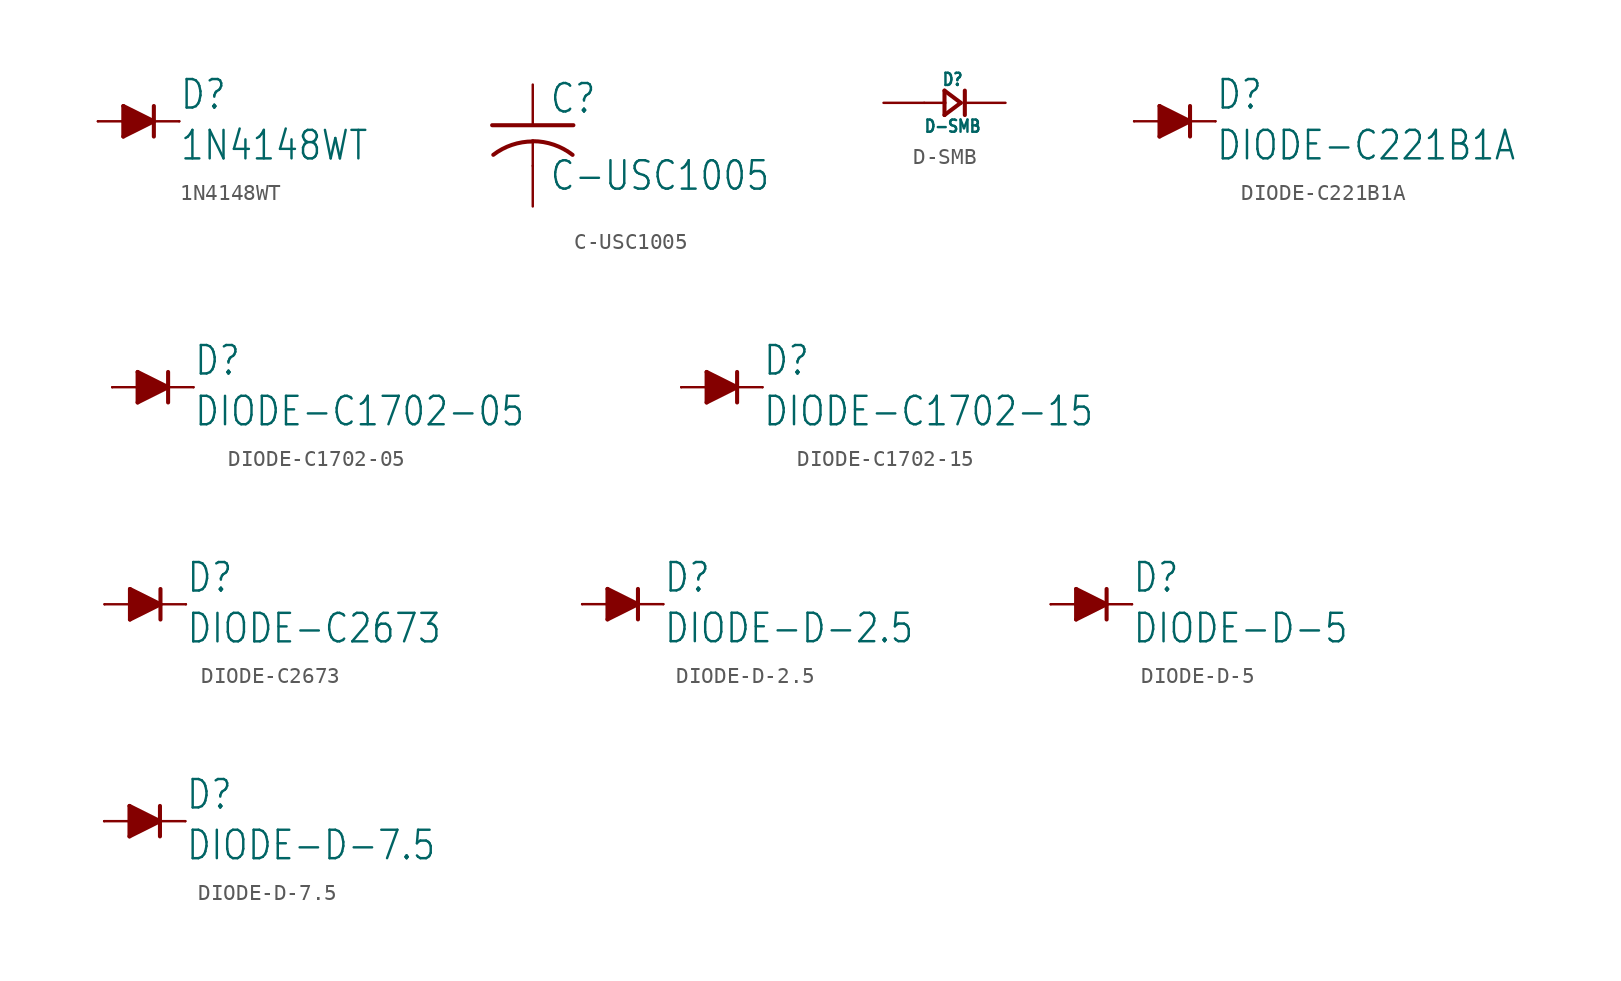
<source format=kicad_sym>
(kicad_symbol_lib
  (version 20211014)
  (generator kicad_symbol_editor)
  (symbol "1N4148WT"
    (property "Reference" "D"
      (at 2.54 0.635 0)
      (effects (font (size 1.778 1.511)) (justify left bottom)))
    (property "Value" "1N4148WT"
      (at 2.54 -2.54 0)
      (effects (font (size 1.778 1.511)) (justify left bottom)))
    (property "ki_locked" ""
      (at 0 0 0)
      (effects (font (size 1.27 1.27))))
    (symbol "1N4148WT_1_0"
      (polyline (pts (xy -0.953 -0.953) (xy 0.953 0)) (stroke (width 0.254) (type default) (color 0 0 0 0)) (fill (type none)))
      (polyline (pts (xy -0.953 0) (xy -2.54 0)) (stroke (width 0.152) (type default) (color 0 0 0 0)) (fill (type none)))
      (polyline (pts (xy -0.953 0) (xy -0.953 -0.953)) (stroke (width 0.254) (type default) (color 0 0 0 0)) (fill (type none)))
      (polyline (pts (xy -0.953 0.953) (xy -0.953 0)) (stroke (width 0.254) (type default) (color 0 0 0 0)) (fill (type none)))
      (polyline (pts (xy 0.953 0) (xy -0.953 0.953)) (stroke (width 0.254) (type default) (color 0 0 0 0)) (fill (type none)))
      (polyline (pts (xy 0.953 0) (xy 0.953 -0.953)) (stroke (width 0.254) (type default) (color 0 0 0 0)) (fill (type none)))
      (polyline (pts (xy 0.953 0) (xy 2.54 0)) (stroke (width 0.152) (type default) (color 0 0 0 0)) (fill (type none)))
      (polyline (pts (xy 0.953 0.953) (xy 0.953 0)) (stroke (width 0.254) (type default) (color 0 0 0 0)) (fill (type none)))
      (polyline (pts (xy -0.953 0.953) (xy 0.953 0) (xy -0.953 -0.953)) (stroke (width 0) (type default) (color 0 0 0 0)) (fill (type outline)))
      (pin passive line (at -2.54 0 0) (length 0) (name "A" (effects (font (size 0 0)))) (number "A" (effects (font (size 0 0)))))
      (pin passive line (at 2.54 0 180) (length 0) (name "C" (effects (font (size 0 0)))) (number "C" (effects (font (size 0 0)))))))
  (symbol "C-USC1005"
    (property "Reference" "C"
      (at 1.016 0.635 0)
      (effects (font (size 1.778 1.511)) (justify left bottom)))
    (property "Value" "C-USC1005"
      (at 1.016 -4.191 0)
      (effects (font (size 1.778 1.511)) (justify left bottom)))
    (property "ki_locked" ""
      (at 0 0 0)
      (effects (font (size 1.27 1.27))))
    (symbol "C-USC1005_1_0"
      (arc (start 0 -1.0161) (mid -1.302 -1.2303) (end -2.4668 -1.8504) (stroke (width 0.254) (type default) (color 0 0 0 0)) (fill (type none)))
      (polyline (pts (xy -2.54 0) (xy 2.54 0)) (stroke (width 0.254) (type default) (color 0 0 0 0)) (fill (type none)))
      (polyline (pts (xy 0 -1.016) (xy 0 -2.54)) (stroke (width 0.152) (type default) (color 0 0 0 0)) (fill (type none)))
      (arc (start 2.4892 -1.8542) (mid 1.3158 -1.2195) (end 0 -1) (stroke (width 0.254) (type default) (color 0 0 0 0)) (fill (type none)))
      (pin passive line (at 0 2.54 270) (length 2.54) (name "1" (effects (font (size 0 0)))) (number "1" (effects (font (size 0 0)))))
      (pin passive line (at 0 -5.08 90) (length 2.54) (name "2" (effects (font (size 0 0)))) (number "2" (effects (font (size 0 0)))))))
  (symbol "D-SMB"
    (property "Reference" "D"
      (at 0.508 1.016 0)
      (effects (font (size 0.762 0.648)) (justify bottom)))
    (property "Value" "D-SMB"
      (at 0.508 -1.016 0)
      (effects (font (size 0.762 0.648)) (justify top)))
    (property "ki_locked" ""
      (at 0 0 0)
      (effects (font (size 1.27 1.27))))
    (symbol "D-SMB_1_0"
      (polyline (pts (xy -1.27 0) (xy 0 0)) (stroke (width 0.152) (type default) (color 0 0 0 0)) (fill (type none)))
      (polyline (pts (xy 0 -0.762) (xy 0 0)) (stroke (width 0.254) (type default) (color 0 0 0 0)) (fill (type none)))
      (polyline (pts (xy 0 -0.762) (xy 1.016 0)) (stroke (width 0.254) (type default) (color 0 0 0 0)) (fill (type none)))
      (polyline (pts (xy 0 0) (xy 0 0.762)) (stroke (width 0.254) (type default) (color 0 0 0 0)) (fill (type none)))
      (polyline (pts (xy 0 0.762) (xy 1.016 0)) (stroke (width 0.254) (type default) (color 0 0 0 0)) (fill (type none)))
      (polyline (pts (xy 1.27 0.762) (xy 1.27 -0.762)) (stroke (width 0.254) (type default) (color 0 0 0 0)) (fill (type none)))
      (pin passive line (at -3.81 0 0) (length 2.54) (name "+" (effects (font (size 0 0)))) (number "+" (effects (font (size 0 0)))))
      (pin passive line (at 3.81 0 180) (length 2.54) (name "-" (effects (font (size 0 0)))) (number "-" (effects (font (size 0 0)))))))
  (symbol "DIODE-C221B1A"
    (property "Reference" "D"
      (at 2.54 0.635 0)
      (effects (font (size 1.778 1.511)) (justify left bottom)))
    (property "Value" "DIODE-C221B1A"
      (at 2.54 -2.54 0)
      (effects (font (size 1.778 1.511)) (justify left bottom)))
    (property "ki_locked" ""
      (at 0 0 0)
      (effects (font (size 1.27 1.27))))
    (symbol "DIODE-C221B1A_1_0"
      (polyline (pts (xy -0.953 -0.953) (xy 0.953 0)) (stroke (width 0.254) (type default) (color 0 0 0 0)) (fill (type none)))
      (polyline (pts (xy -0.953 0) (xy -2.54 0)) (stroke (width 0.152) (type default) (color 0 0 0 0)) (fill (type none)))
      (polyline (pts (xy -0.953 0) (xy -0.953 -0.953)) (stroke (width 0.254) (type default) (color 0 0 0 0)) (fill (type none)))
      (polyline (pts (xy -0.953 0.953) (xy -0.953 0)) (stroke (width 0.254) (type default) (color 0 0 0 0)) (fill (type none)))
      (polyline (pts (xy 0.953 0) (xy -0.953 0.953)) (stroke (width 0.254) (type default) (color 0 0 0 0)) (fill (type none)))
      (polyline (pts (xy 0.953 0) (xy 0.953 -0.953)) (stroke (width 0.254) (type default) (color 0 0 0 0)) (fill (type none)))
      (polyline (pts (xy 0.953 0) (xy 2.54 0)) (stroke (width 0.152) (type default) (color 0 0 0 0)) (fill (type none)))
      (polyline (pts (xy 0.953 0.953) (xy 0.953 0)) (stroke (width 0.254) (type default) (color 0 0 0 0)) (fill (type none)))
      (polyline (pts (xy -0.953 0.953) (xy 0.953 0) (xy -0.953 -0.953)) (stroke (width 0) (type default) (color 0 0 0 0)) (fill (type outline)))
      (pin passive line (at -2.54 0 0) (length 0) (name "A" (effects (font (size 0 0)))) (number "A" (effects (font (size 0 0)))))
      (pin passive line (at 2.54 0 180) (length 0) (name "C" (effects (font (size 0 0)))) (number "C" (effects (font (size 0 0)))))))
  (symbol "DIODE-C1702-05"
    (property "Reference" "D"
      (at 2.54 0.635 0)
      (effects (font (size 1.778 1.511)) (justify left bottom)))
    (property "Value" "DIODE-C1702-05"
      (at 2.54 -2.54 0)
      (effects (font (size 1.778 1.511)) (justify left bottom)))
    (property "ki_locked" ""
      (at 0 0 0)
      (effects (font (size 1.27 1.27))))
    (symbol "DIODE-C1702-05_1_0"
      (polyline (pts (xy -0.953 -0.953) (xy 0.953 0)) (stroke (width 0.254) (type default) (color 0 0 0 0)) (fill (type none)))
      (polyline (pts (xy -0.953 0) (xy -2.54 0)) (stroke (width 0.152) (type default) (color 0 0 0 0)) (fill (type none)))
      (polyline (pts (xy -0.953 0) (xy -0.953 -0.953)) (stroke (width 0.254) (type default) (color 0 0 0 0)) (fill (type none)))
      (polyline (pts (xy -0.953 0.953) (xy -0.953 0)) (stroke (width 0.254) (type default) (color 0 0 0 0)) (fill (type none)))
      (polyline (pts (xy 0.953 0) (xy -0.953 0.953)) (stroke (width 0.254) (type default) (color 0 0 0 0)) (fill (type none)))
      (polyline (pts (xy 0.953 0) (xy 0.953 -0.953)) (stroke (width 0.254) (type default) (color 0 0 0 0)) (fill (type none)))
      (polyline (pts (xy 0.953 0) (xy 2.54 0)) (stroke (width 0.152) (type default) (color 0 0 0 0)) (fill (type none)))
      (polyline (pts (xy 0.953 0.953) (xy 0.953 0)) (stroke (width 0.254) (type default) (color 0 0 0 0)) (fill (type none)))
      (polyline (pts (xy -0.953 0.953) (xy 0.953 0) (xy -0.953 -0.953)) (stroke (width 0) (type default) (color 0 0 0 0)) (fill (type outline)))
      (pin passive line (at -2.54 0 0) (length 0) (name "A" (effects (font (size 0 0)))) (number "A" (effects (font (size 0 0)))))
      (pin passive line (at 2.54 0 180) (length 0) (name "C" (effects (font (size 0 0)))) (number "C" (effects (font (size 0 0)))))))
  (symbol "DIODE-C1702-15"
    (property "Reference" "D"
      (at 2.54 0.635 0)
      (effects (font (size 1.778 1.511)) (justify left bottom)))
    (property "Value" "DIODE-C1702-15"
      (at 2.54 -2.54 0)
      (effects (font (size 1.778 1.511)) (justify left bottom)))
    (property "ki_locked" ""
      (at 0 0 0)
      (effects (font (size 1.27 1.27))))
    (symbol "DIODE-C1702-15_1_0"
      (polyline (pts (xy -0.953 -0.953) (xy 0.953 0)) (stroke (width 0.254) (type default) (color 0 0 0 0)) (fill (type none)))
      (polyline (pts (xy -0.953 0) (xy -2.54 0)) (stroke (width 0.152) (type default) (color 0 0 0 0)) (fill (type none)))
      (polyline (pts (xy -0.953 0) (xy -0.953 -0.953)) (stroke (width 0.254) (type default) (color 0 0 0 0)) (fill (type none)))
      (polyline (pts (xy -0.953 0.953) (xy -0.953 0)) (stroke (width 0.254) (type default) (color 0 0 0 0)) (fill (type none)))
      (polyline (pts (xy 0.953 0) (xy -0.953 0.953)) (stroke (width 0.254) (type default) (color 0 0 0 0)) (fill (type none)))
      (polyline (pts (xy 0.953 0) (xy 0.953 -0.953)) (stroke (width 0.254) (type default) (color 0 0 0 0)) (fill (type none)))
      (polyline (pts (xy 0.953 0) (xy 2.54 0)) (stroke (width 0.152) (type default) (color 0 0 0 0)) (fill (type none)))
      (polyline (pts (xy 0.953 0.953) (xy 0.953 0)) (stroke (width 0.254) (type default) (color 0 0 0 0)) (fill (type none)))
      (polyline (pts (xy -0.953 0.953) (xy 0.953 0) (xy -0.953 -0.953)) (stroke (width 0) (type default) (color 0 0 0 0)) (fill (type outline)))
      (pin passive line (at -2.54 0 0) (length 0) (name "A" (effects (font (size 0 0)))) (number "A" (effects (font (size 0 0)))))
      (pin passive line (at 2.54 0 180) (length 0) (name "C" (effects (font (size 0 0)))) (number "C" (effects (font (size 0 0)))))))
  (symbol "DIODE-C2673"
    (property "Reference" "D"
      (at 2.54 0.635 0)
      (effects (font (size 1.778 1.511)) (justify left bottom)))
    (property "Value" "DIODE-C2673"
      (at 2.54 -2.54 0)
      (effects (font (size 1.778 1.511)) (justify left bottom)))
    (property "ki_locked" ""
      (at 0 0 0)
      (effects (font (size 1.27 1.27))))
    (symbol "DIODE-C2673_1_0"
      (polyline (pts (xy -0.953 -0.953) (xy 0.953 0)) (stroke (width 0.254) (type default) (color 0 0 0 0)) (fill (type none)))
      (polyline (pts (xy -0.953 0) (xy -2.54 0)) (stroke (width 0.152) (type default) (color 0 0 0 0)) (fill (type none)))
      (polyline (pts (xy -0.953 0) (xy -0.953 -0.953)) (stroke (width 0.254) (type default) (color 0 0 0 0)) (fill (type none)))
      (polyline (pts (xy -0.953 0.953) (xy -0.953 0)) (stroke (width 0.254) (type default) (color 0 0 0 0)) (fill (type none)))
      (polyline (pts (xy 0.953 0) (xy -0.953 0.953)) (stroke (width 0.254) (type default) (color 0 0 0 0)) (fill (type none)))
      (polyline (pts (xy 0.953 0) (xy 0.953 -0.953)) (stroke (width 0.254) (type default) (color 0 0 0 0)) (fill (type none)))
      (polyline (pts (xy 0.953 0) (xy 2.54 0)) (stroke (width 0.152) (type default) (color 0 0 0 0)) (fill (type none)))
      (polyline (pts (xy 0.953 0.953) (xy 0.953 0)) (stroke (width 0.254) (type default) (color 0 0 0 0)) (fill (type none)))
      (polyline (pts (xy -0.953 0.953) (xy 0.953 0) (xy -0.953 -0.953)) (stroke (width 0) (type default) (color 0 0 0 0)) (fill (type outline)))
      (pin passive line (at -2.54 0 0) (length 0) (name "A" (effects (font (size 0 0)))) (number "A" (effects (font (size 0 0)))))
      (pin passive line (at 2.54 0 180) (length 0) (name "C" (effects (font (size 0 0)))) (number "C" (effects (font (size 0 0)))))))
  (symbol "DIODE-D-2.5"
    (property "Reference" "D"
      (at 2.54 0.635 0)
      (effects (font (size 1.778 1.511)) (justify left bottom)))
    (property "Value" "DIODE-D-2.5"
      (at 2.54 -2.54 0)
      (effects (font (size 1.778 1.511)) (justify left bottom)))
    (property "ki_locked" ""
      (at 0 0 0)
      (effects (font (size 1.27 1.27))))
    (symbol "DIODE-D-2.5_1_0"
      (polyline (pts (xy -0.953 -0.953) (xy 0.953 0)) (stroke (width 0.254) (type default) (color 0 0 0 0)) (fill (type none)))
      (polyline (pts (xy -0.953 0) (xy -2.54 0)) (stroke (width 0.152) (type default) (color 0 0 0 0)) (fill (type none)))
      (polyline (pts (xy -0.953 0) (xy -0.953 -0.953)) (stroke (width 0.254) (type default) (color 0 0 0 0)) (fill (type none)))
      (polyline (pts (xy -0.953 0.953) (xy -0.953 0)) (stroke (width 0.254) (type default) (color 0 0 0 0)) (fill (type none)))
      (polyline (pts (xy 0.953 0) (xy -0.953 0.953)) (stroke (width 0.254) (type default) (color 0 0 0 0)) (fill (type none)))
      (polyline (pts (xy 0.953 0) (xy 0.953 -0.953)) (stroke (width 0.254) (type default) (color 0 0 0 0)) (fill (type none)))
      (polyline (pts (xy 0.953 0) (xy 2.54 0)) (stroke (width 0.152) (type default) (color 0 0 0 0)) (fill (type none)))
      (polyline (pts (xy 0.953 0.953) (xy 0.953 0)) (stroke (width 0.254) (type default) (color 0 0 0 0)) (fill (type none)))
      (polyline (pts (xy -0.953 0.953) (xy 0.953 0) (xy -0.953 -0.953)) (stroke (width 0) (type default) (color 0 0 0 0)) (fill (type outline)))
      (pin passive line (at -2.54 0 0) (length 0) (name "A" (effects (font (size 0 0)))) (number "A" (effects (font (size 0 0)))))
      (pin passive line (at 2.54 0 180) (length 0) (name "C" (effects (font (size 0 0)))) (number "C" (effects (font (size 0 0)))))))
  (symbol "DIODE-D-5"
    (property "Reference" "D"
      (at 2.54 0.635 0)
      (effects (font (size 1.778 1.511)) (justify left bottom)))
    (property "Value" "DIODE-D-5"
      (at 2.54 -2.54 0)
      (effects (font (size 1.778 1.511)) (justify left bottom)))
    (property "ki_locked" ""
      (at 0 0 0)
      (effects (font (size 1.27 1.27))))
    (symbol "DIODE-D-5_1_0"
      (polyline (pts (xy -0.953 -0.953) (xy 0.953 0)) (stroke (width 0.254) (type default) (color 0 0 0 0)) (fill (type none)))
      (polyline (pts (xy -0.953 0) (xy -2.54 0)) (stroke (width 0.152) (type default) (color 0 0 0 0)) (fill (type none)))
      (polyline (pts (xy -0.953 0) (xy -0.953 -0.953)) (stroke (width 0.254) (type default) (color 0 0 0 0)) (fill (type none)))
      (polyline (pts (xy -0.953 0.953) (xy -0.953 0)) (stroke (width 0.254) (type default) (color 0 0 0 0)) (fill (type none)))
      (polyline (pts (xy 0.953 0) (xy -0.953 0.953)) (stroke (width 0.254) (type default) (color 0 0 0 0)) (fill (type none)))
      (polyline (pts (xy 0.953 0) (xy 0.953 -0.953)) (stroke (width 0.254) (type default) (color 0 0 0 0)) (fill (type none)))
      (polyline (pts (xy 0.953 0) (xy 2.54 0)) (stroke (width 0.152) (type default) (color 0 0 0 0)) (fill (type none)))
      (polyline (pts (xy 0.953 0.953) (xy 0.953 0)) (stroke (width 0.254) (type default) (color 0 0 0 0)) (fill (type none)))
      (polyline (pts (xy -0.953 0.953) (xy 0.953 0) (xy -0.953 -0.953)) (stroke (width 0) (type default) (color 0 0 0 0)) (fill (type outline)))
      (pin passive line (at -2.54 0 0) (length 0) (name "A" (effects (font (size 0 0)))) (number "A" (effects (font (size 0 0)))))
      (pin passive line (at 2.54 0 180) (length 0) (name "C" (effects (font (size 0 0)))) (number "C" (effects (font (size 0 0)))))))
  (symbol "DIODE-D-7.5"
    (property "Reference" "D"
      (at 2.54 0.635 0)
      (effects (font (size 1.778 1.511)) (justify left bottom)))
    (property "Value" "DIODE-D-7.5"
      (at 2.54 -2.54 0)
      (effects (font (size 1.778 1.511)) (justify left bottom)))
    (property "ki_locked" ""
      (at 0 0 0)
      (effects (font (size 1.27 1.27))))
    (symbol "DIODE-D-7.5_1_0"
      (polyline (pts (xy -0.953 -0.953) (xy 0.953 0)) (stroke (width 0.254) (type default) (color 0 0 0 0)) (fill (type none)))
      (polyline (pts (xy -0.953 0) (xy -2.54 0)) (stroke (width 0.152) (type default) (color 0 0 0 0)) (fill (type none)))
      (polyline (pts (xy -0.953 0) (xy -0.953 -0.953)) (stroke (width 0.254) (type default) (color 0 0 0 0)) (fill (type none)))
      (polyline (pts (xy -0.953 0.953) (xy -0.953 0)) (stroke (width 0.254) (type default) (color 0 0 0 0)) (fill (type none)))
      (polyline (pts (xy 0.953 0) (xy -0.953 0.953)) (stroke (width 0.254) (type default) (color 0 0 0 0)) (fill (type none)))
      (polyline (pts (xy 0.953 0) (xy 0.953 -0.953)) (stroke (width 0.254) (type default) (color 0 0 0 0)) (fill (type none)))
      (polyline (pts (xy 0.953 0) (xy 2.54 0)) (stroke (width 0.152) (type default) (color 0 0 0 0)) (fill (type none)))
      (polyline (pts (xy 0.953 0.953) (xy 0.953 0)) (stroke (width 0.254) (type default) (color 0 0 0 0)) (fill (type none)))
      (polyline (pts (xy -0.953 0.953) (xy 0.953 0) (xy -0.953 -0.953)) (stroke (width 0) (type default) (color 0 0 0 0)) (fill (type outline)))
      (pin passive line (at -2.54 0 0) (length 0) (name "A" (effects (font (size 0 0)))) (number "A" (effects (font (size 0 0)))))
      (pin passive line (at 2.54 0 180) (length 0) (name "C" (effects (font (size 0 0)))) (number "C" (effects (font (size 0 0))))))))
</source>
